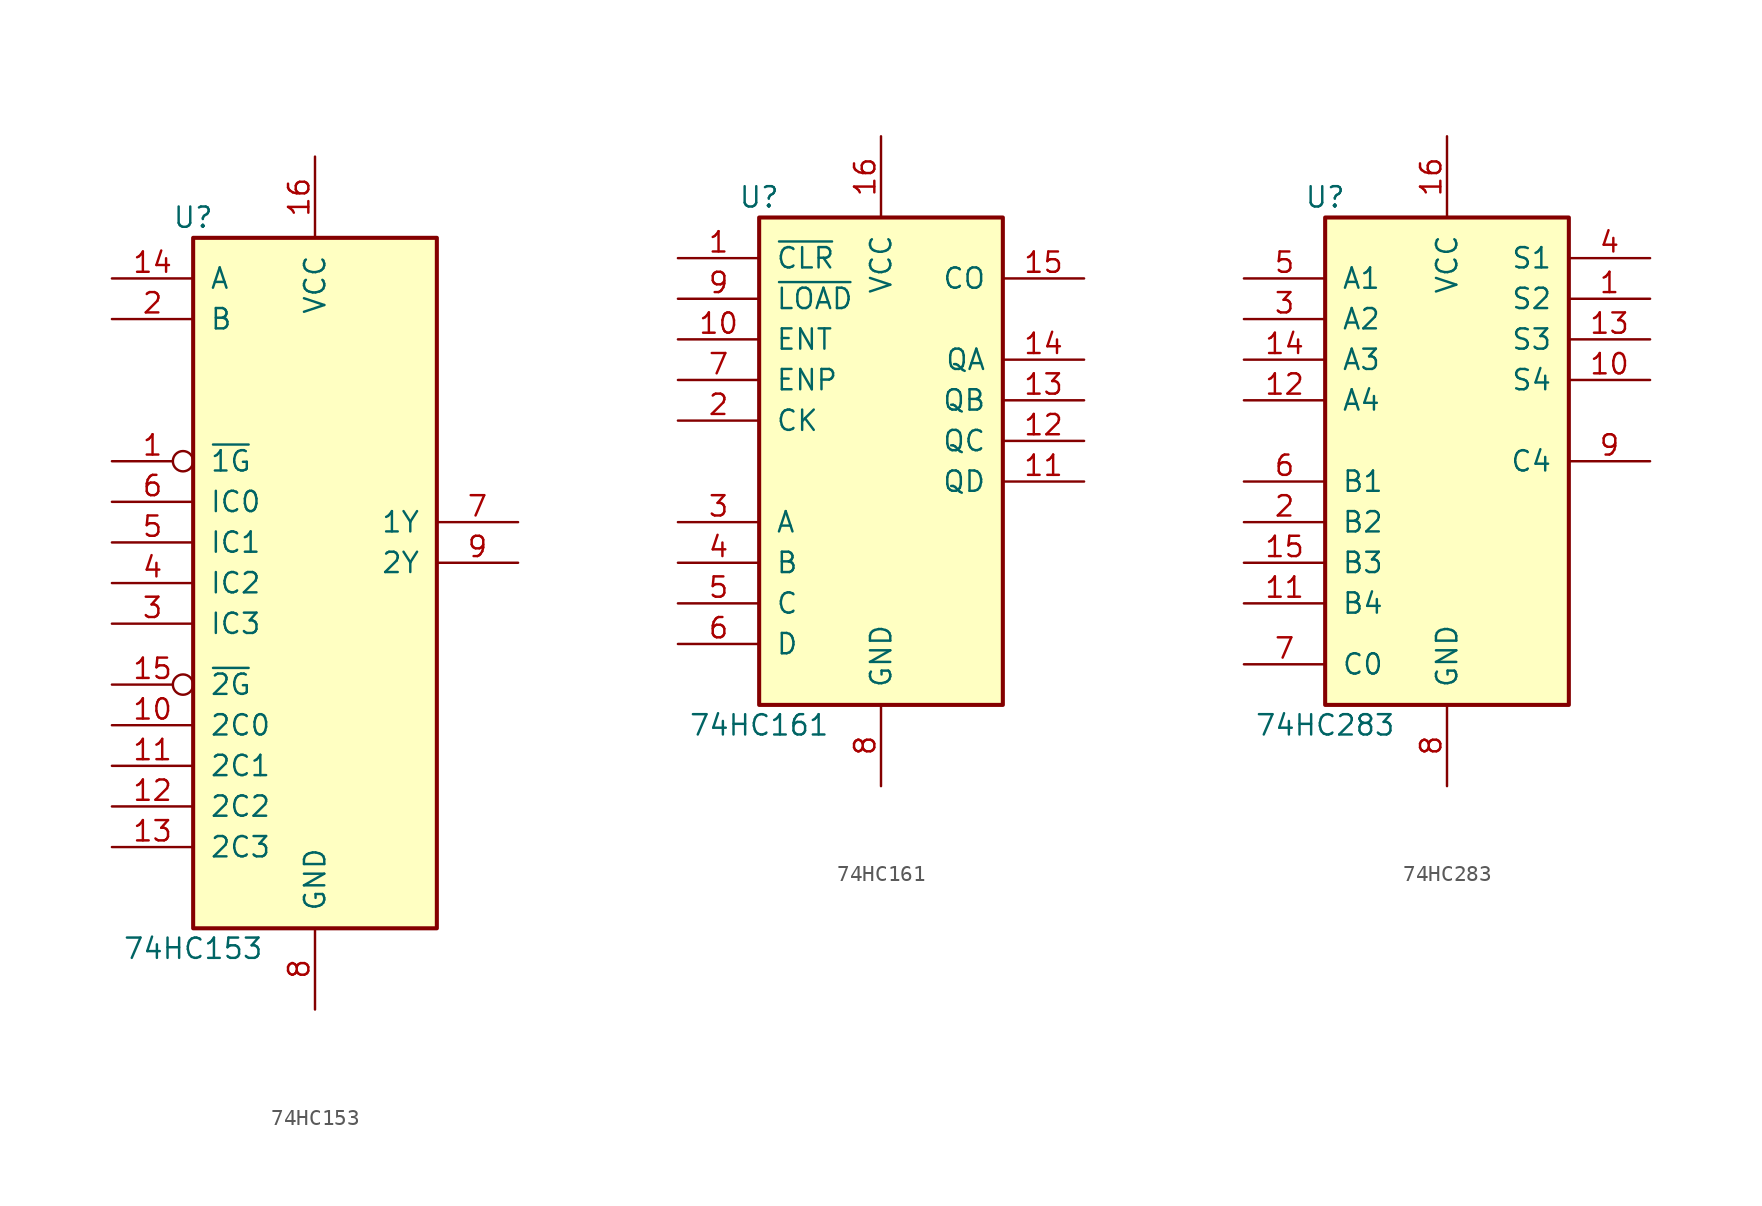
<source format=kicad_sym>
(kicad_symbol_lib
  (version 20220914)
  (generator kicad_symbol_editor)
  (symbol "74HC153"
    (pin_names
      (offset 1.016))
    (property "Reference" "U"
      (at -7.62 21.59 0)
      (effects (font (size 1.27 1.27))))
    (property "Value" "74HC153"
      (at -7.62 -24.13 0)
      (effects (font (size 1.27 1.27))))
    (property "ki_locked" ""
      (at 0 0 0)
      (effects (font (size 1.27 1.27))))
    (symbol "74HC153_1_0"
      (pin input inverted (at -12.7 6.35 0) (length 5.08) (name "~{1G}" (effects (font (size 1.27 1.27)))) (number "1" (effects (font (size 1.27 1.27)))))
      (pin input line (at -12.7 -10.16 0) (length 5.08) (name "2C0" (effects (font (size 1.27 1.27)))) (number "10" (effects (font (size 1.27 1.27)))))
      (pin input line (at -12.7 -12.7 0) (length 5.08) (name "2C1" (effects (font (size 1.27 1.27)))) (number "11" (effects (font (size 1.27 1.27)))))
      (pin input line (at -12.7 -15.24 0) (length 5.08) (name "2C2" (effects (font (size 1.27 1.27)))) (number "12" (effects (font (size 1.27 1.27)))))
      (pin input line (at -12.7 -17.78 0) (length 5.08) (name "2C3" (effects (font (size 1.27 1.27)))) (number "13" (effects (font (size 1.27 1.27)))))
      (pin input line (at -12.7 17.78 0) (length 5.08) (name "A" (effects (font (size 1.27 1.27)))) (number "14" (effects (font (size 1.27 1.27)))))
      (pin input inverted (at -12.7 -7.62 0) (length 5.08) (name "~{2G}" (effects (font (size 1.27 1.27)))) (number "15" (effects (font (size 1.27 1.27)))))
      (pin power_in line (at 0 25.4 270) (length 5.08) (name "VCC" (effects (font (size 1.27 1.27)))) (number "16" (effects (font (size 1.27 1.27)))))
      (pin input line (at -12.7 15.24 0) (length 5.08) (name "B" (effects (font (size 1.27 1.27)))) (number "2" (effects (font (size 1.27 1.27)))))
      (pin input line (at -12.7 -3.81 0) (length 5.08) (name "IC3" (effects (font (size 1.27 1.27)))) (number "3" (effects (font (size 1.27 1.27)))))
      (pin input line (at -12.7 -1.27 0) (length 5.08) (name "IC2" (effects (font (size 1.27 1.27)))) (number "4" (effects (font (size 1.27 1.27)))))
      (pin input line (at -12.7 1.27 0) (length 5.08) (name "IC1" (effects (font (size 1.27 1.27)))) (number "5" (effects (font (size 1.27 1.27)))))
      (pin input line (at -12.7 3.81 0) (length 5.08) (name "IC0" (effects (font (size 1.27 1.27)))) (number "6" (effects (font (size 1.27 1.27)))))
      (pin output line (at 12.7 2.54 180) (length 5.08) (name "1Y" (effects (font (size 1.27 1.27)))) (number "7" (effects (font (size 1.27 1.27)))))
      (pin power_in line (at 0 -27.94 90) (length 5.08) (name "GND" (effects (font (size 1.27 1.27)))) (number "8" (effects (font (size 1.27 1.27)))))
      (pin output line (at 12.7 0 180) (length 5.08) (name "2Y" (effects (font (size 1.27 1.27)))) (number "9" (effects (font (size 1.27 1.27))))))
    (symbol "74HC153_1_1"
      (rectangle (start -7.62 20.32) (end 7.62 -22.86) (stroke (width 0.254) (type default)) (fill (type background)))))
  (symbol "74HC161"
    (pin_names
      (offset 1.016))
    (property "Reference" "U"
      (at -7.62 16.51 0)
      (effects (font (size 1.27 1.27))))
    (property "Value" "74HC161"
      (at -7.62 -16.51 0)
      (effects (font (size 1.27 1.27))))
    (property "ki_locked" ""
      (at 0 0 0)
      (effects (font (size 1.27 1.27))))
    (symbol "74HC161_1_0"
      (pin input line (at -12.7 12.7 0) (length 5.08) (name "~{CLR}" (effects (font (size 1.27 1.27)))) (number "1" (effects (font (size 1.27 1.27)))))
      (pin input line (at -12.7 7.62 0) (length 5.08) (name "ENT" (effects (font (size 1.27 1.27)))) (number "10" (effects (font (size 1.27 1.27)))))
      (pin output line (at 12.7 -1.27 180) (length 5.08) (name "QD" (effects (font (size 1.27 1.27)))) (number "11" (effects (font (size 1.27 1.27)))))
      (pin output line (at 12.7 1.27 180) (length 5.08) (name "QC" (effects (font (size 1.27 1.27)))) (number "12" (effects (font (size 1.27 1.27)))))
      (pin output line (at 12.7 3.81 180) (length 5.08) (name "QB" (effects (font (size 1.27 1.27)))) (number "13" (effects (font (size 1.27 1.27)))))
      (pin output line (at 12.7 6.35 180) (length 5.08) (name "QA" (effects (font (size 1.27 1.27)))) (number "14" (effects (font (size 1.27 1.27)))))
      (pin output line (at 12.7 11.43 180) (length 5.08) (name "CO" (effects (font (size 1.27 1.27)))) (number "15" (effects (font (size 1.27 1.27)))))
      (pin power_in line (at 0 20.32 270) (length 5.08) (name "VCC" (effects (font (size 1.27 1.27)))) (number "16" (effects (font (size 1.27 1.27)))))
      (pin input line (at -12.7 2.54 0) (length 5.08) (name "CK" (effects (font (size 1.27 1.27)))) (number "2" (effects (font (size 1.27 1.27)))))
      (pin input line (at -12.7 -3.81 0) (length 5.08) (name "A" (effects (font (size 1.27 1.27)))) (number "3" (effects (font (size 1.27 1.27)))))
      (pin input line (at -12.7 -6.35 0) (length 5.08) (name "B" (effects (font (size 1.27 1.27)))) (number "4" (effects (font (size 1.27 1.27)))))
      (pin input line (at -12.7 -8.89 0) (length 5.08) (name "C" (effects (font (size 1.27 1.27)))) (number "5" (effects (font (size 1.27 1.27)))))
      (pin input line (at -12.7 -11.43 0) (length 5.08) (name "D" (effects (font (size 1.27 1.27)))) (number "6" (effects (font (size 1.27 1.27)))))
      (pin input line (at -12.7 5.08 0) (length 5.08) (name "ENP" (effects (font (size 1.27 1.27)))) (number "7" (effects (font (size 1.27 1.27)))))
      (pin power_in line (at 0 -20.32 90) (length 5.08) (name "GND" (effects (font (size 1.27 1.27)))) (number "8" (effects (font (size 1.27 1.27)))))
      (pin input line (at -12.7 10.16 0) (length 5.08) (name "~{LOAD}" (effects (font (size 1.27 1.27)))) (number "9" (effects (font (size 1.27 1.27))))))
    (symbol "74HC161_1_1"
      (rectangle (start -7.62 15.24) (end 7.62 -15.24) (stroke (width 0.254) (type default)) (fill (type background)))))
  (symbol "74HC283"
    (pin_names
      (offset 1.016))
    (property "Reference" "U"
      (at -7.62 16.51 0)
      (effects (font (size 1.27 1.27))))
    (property "Value" "74HC283"
      (at -7.62 -16.51 0)
      (effects (font (size 1.27 1.27))))
    (property "ki_locked" ""
      (at 0 0 0)
      (effects (font (size 1.27 1.27))))
    (symbol "74HC283_1_0"
      (pin output line (at 12.7 10.16 180) (length 5.08) (name "S2" (effects (font (size 1.27 1.27)))) (number "1" (effects (font (size 1.27 1.27)))))
      (pin output line (at 12.7 5.08 180) (length 5.08) (name "S4" (effects (font (size 1.27 1.27)))) (number "10" (effects (font (size 1.27 1.27)))))
      (pin input line (at -12.7 -8.89 0) (length 5.08) (name "B4" (effects (font (size 1.27 1.27)))) (number "11" (effects (font (size 1.27 1.27)))))
      (pin input line (at -12.7 3.81 0) (length 5.08) (name "A4" (effects (font (size 1.27 1.27)))) (number "12" (effects (font (size 1.27 1.27)))))
      (pin output line (at 12.7 7.62 180) (length 5.08) (name "S3" (effects (font (size 1.27 1.27)))) (number "13" (effects (font (size 1.27 1.27)))))
      (pin input line (at -12.7 6.35 0) (length 5.08) (name "A3" (effects (font (size 1.27 1.27)))) (number "14" (effects (font (size 1.27 1.27)))))
      (pin input line (at -12.7 -6.35 0) (length 5.08) (name "B3" (effects (font (size 1.27 1.27)))) (number "15" (effects (font (size 1.27 1.27)))))
      (pin power_in line (at 0 20.32 270) (length 5.08) (name "VCC" (effects (font (size 1.27 1.27)))) (number "16" (effects (font (size 1.27 1.27)))))
      (pin input line (at -12.7 -3.81 0) (length 5.08) (name "B2" (effects (font (size 1.27 1.27)))) (number "2" (effects (font (size 1.27 1.27)))))
      (pin input line (at -12.7 8.89 0) (length 5.08) (name "A2" (effects (font (size 1.27 1.27)))) (number "3" (effects (font (size 1.27 1.27)))))
      (pin output line (at 12.7 12.7 180) (length 5.08) (name "S1" (effects (font (size 1.27 1.27)))) (number "4" (effects (font (size 1.27 1.27)))))
      (pin input line (at -12.7 11.43 0) (length 5.08) (name "A1" (effects (font (size 1.27 1.27)))) (number "5" (effects (font (size 1.27 1.27)))))
      (pin input line (at -12.7 -1.27 0) (length 5.08) (name "B1" (effects (font (size 1.27 1.27)))) (number "6" (effects (font (size 1.27 1.27)))))
      (pin input line (at -12.7 -12.7 0) (length 5.08) (name "C0" (effects (font (size 1.27 1.27)))) (number "7" (effects (font (size 1.27 1.27)))))
      (pin power_in line (at 0 -20.32 90) (length 5.08) (name "GND" (effects (font (size 1.27 1.27)))) (number "8" (effects (font (size 1.27 1.27)))))
      (pin output line (at 12.7 0 180) (length 5.08) (name "C4" (effects (font (size 1.27 1.27)))) (number "9" (effects (font (size 1.27 1.27))))))
    (symbol "74HC283_1_1"
      (rectangle (start -7.62 15.24) (end 7.62 -15.24) (stroke (width 0.254) (type default)) (fill (type background))))))
</source>
